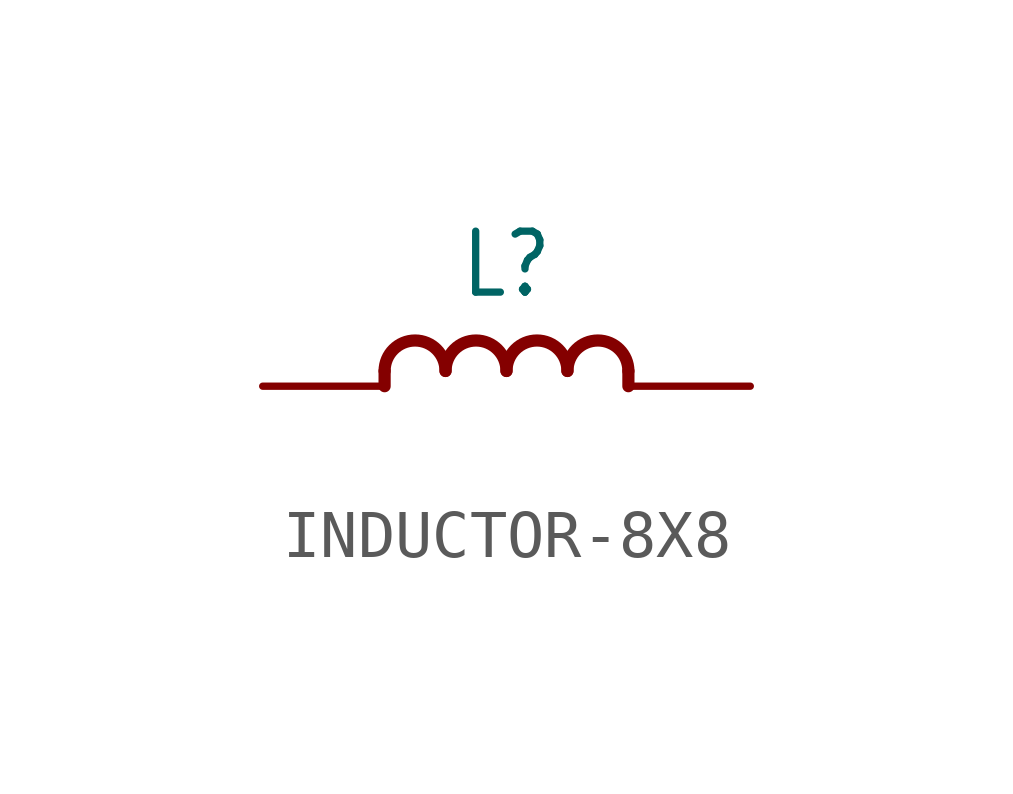
<source format=kicad_sym>
(kicad_symbol_lib
  (version 20231120)
  (generator "kicad_symbol_editor")
  (generator_version "8.0")
  (symbol "INDUCTOR-8X8"
    (property "Reference" "L"
      (at 0 2.54 0)
      (effects (font (size 1.27 1.079))))
    (property "Value" ""
      (at 0 -1.54 0)
      (effects (font (size 1.27 1.079))))
    (property "ki_locked" ""
      (at 0 0 0)
      (effects (font (size 1.27 1.27))))
    (symbol "INDUCTOR-8X8_1_0"
      (arc (start -1.27 0.3173) (mid -1.9049 0.9524) (end -2.54 0.3175) (stroke (width 0.254) (type solid)) (fill (type none)))
      (polyline (pts (xy -2.54 0.318) (xy -2.54 0)) (stroke (width 0.254) (type solid)) (fill (type none)))
      (polyline (pts (xy 2.54 0.318) (xy 2.54 0)) (stroke (width 0.254) (type solid)) (fill (type none)))
      (arc (start 0 0.3173) (mid -0.6349 0.9524) (end -1.27 0.3175) (stroke (width 0.254) (type solid)) (fill (type none)))
      (arc (start 1.27 0.3173) (mid 0.6351 0.9524) (end 0 0.3175) (stroke (width 0.254) (type solid)) (fill (type none)))
      (arc (start 2.54 0.3173) (mid 1.9051 0.9524) (end 1.27 0.3175) (stroke (width 0.254) (type solid)) (fill (type none)))
      (pin passive line (at -5.08 0 0) (length 2.54) (name "1" (effects (font (size 0 0)))) (number "P$1" (effects (font (size 0 0)))))
      (pin passive line (at 5.08 0 180) (length 2.54) (name "2" (effects (font (size 0 0)))) (number "P$2" (effects (font (size 0 0))))))))
</source>
